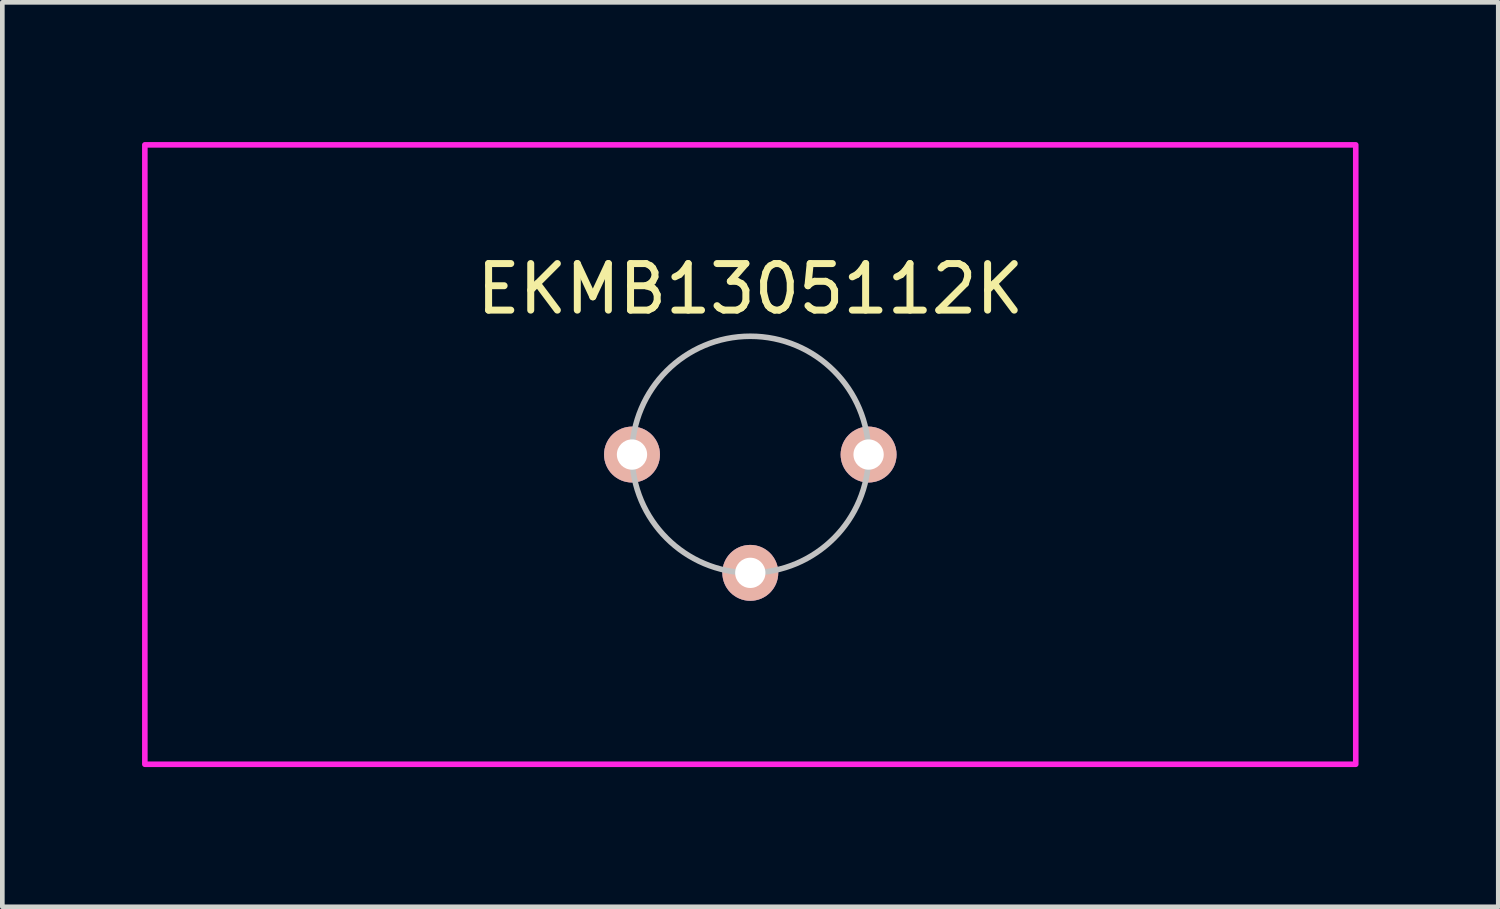
<source format=kicad_pcb>
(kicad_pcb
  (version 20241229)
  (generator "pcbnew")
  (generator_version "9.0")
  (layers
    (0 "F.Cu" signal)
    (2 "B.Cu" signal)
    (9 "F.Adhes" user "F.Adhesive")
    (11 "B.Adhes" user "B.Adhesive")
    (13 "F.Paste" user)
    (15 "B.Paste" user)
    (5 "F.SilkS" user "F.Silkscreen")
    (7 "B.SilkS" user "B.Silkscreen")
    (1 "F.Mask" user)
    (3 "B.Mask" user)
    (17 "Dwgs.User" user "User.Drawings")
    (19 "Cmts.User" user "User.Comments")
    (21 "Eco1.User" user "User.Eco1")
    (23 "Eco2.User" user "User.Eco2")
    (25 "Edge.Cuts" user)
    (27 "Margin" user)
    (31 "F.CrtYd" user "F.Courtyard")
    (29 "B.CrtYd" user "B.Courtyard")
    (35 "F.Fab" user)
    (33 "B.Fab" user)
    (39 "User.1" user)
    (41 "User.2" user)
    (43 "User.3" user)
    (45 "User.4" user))
  (footprint "EKMB1305112K"
    (layer "F.Cu")
    (at 13.06 6.71)
    (property "Reference" "EKMB1305112K" (at 0 -3.556 0) (unlocked yes) (layer "F.SilkS") (effects (font (size 1 1) (thickness 0.15))))
    (attr through_hole)
    (fp_circle (center 0 0) (end 2.54 0) (stroke (width 0.12) (type solid)) (fill no) (layer "Dwgs.User"))
    (fp_rect (start 13 -6.65) (end -13 6.65) (stroke (width 0.12) (type solid)) (fill no) (layer "F.CrtYd"))
    (pad "1" thru_hole circle (at -2.54 0) (size 1.2 1.2) (drill 0.65) (layers "*.Cu" "*.Mask" "B.SilkS"))
    (pad "2" thru_hole circle (at 0 2.54) (size 1.2 1.2) (drill 0.65) (layers "*.Cu" "*.Mask" "B.SilkS"))
    (pad "3" thru_hole circle (at 2.54 0) (size 1.2 1.2) (drill 0.65) (layers "*.Cu" "*.Mask" "B.SilkS")))
  (gr_rect
    (start -3 -3)
    (end 29.12 16.42)
    (stroke (width 0.1) (type default))
    (fill no)
    (layer "Edge.Cuts")))
</source>
